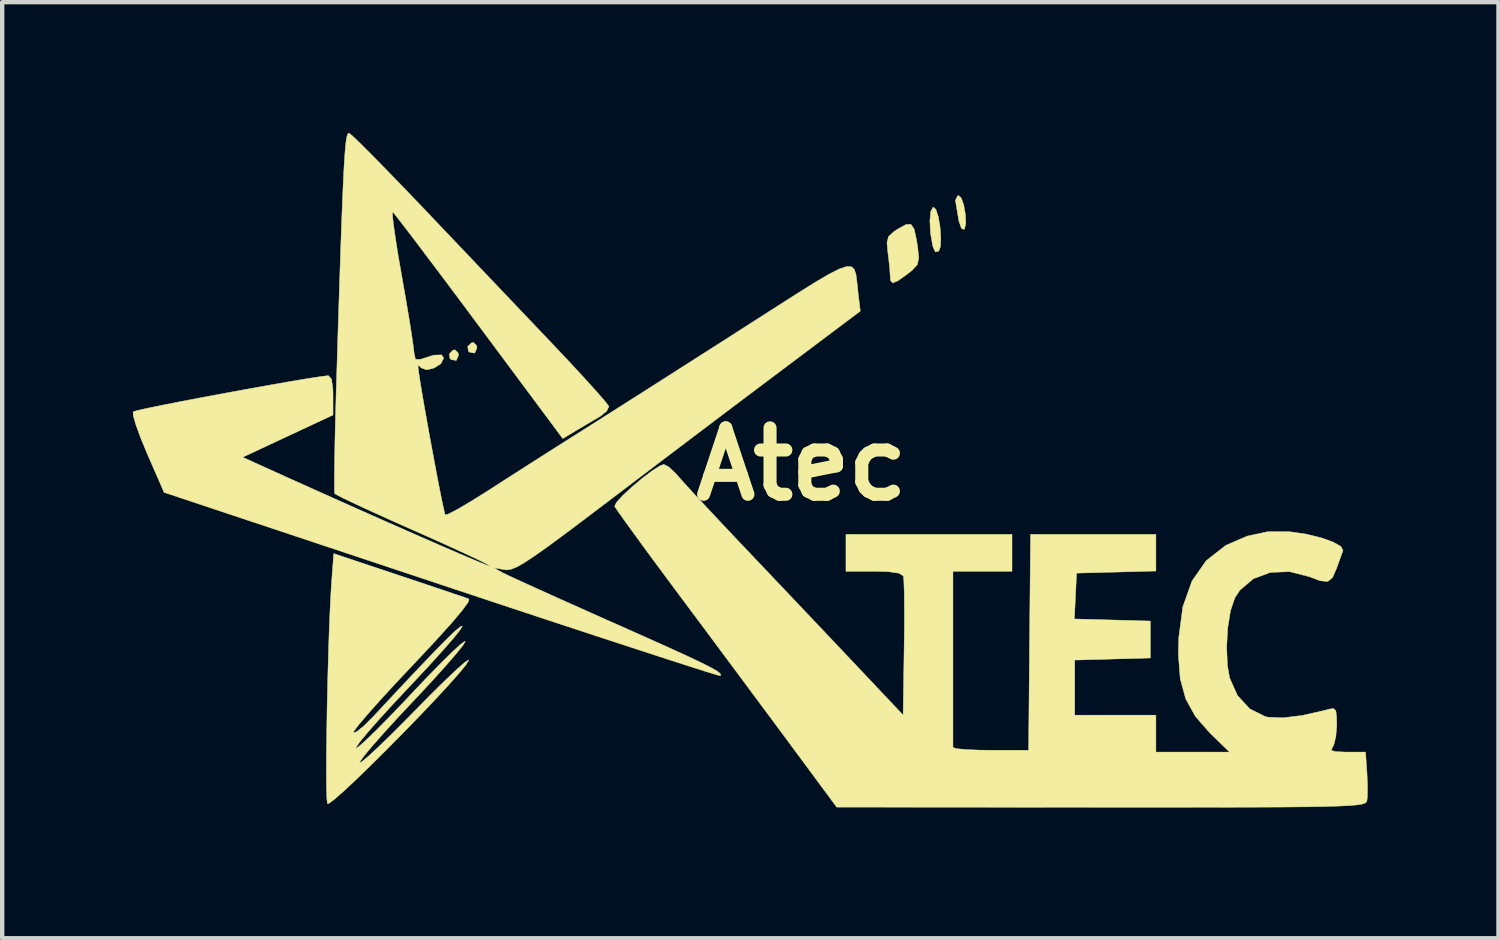
<source format=kicad_pcb>
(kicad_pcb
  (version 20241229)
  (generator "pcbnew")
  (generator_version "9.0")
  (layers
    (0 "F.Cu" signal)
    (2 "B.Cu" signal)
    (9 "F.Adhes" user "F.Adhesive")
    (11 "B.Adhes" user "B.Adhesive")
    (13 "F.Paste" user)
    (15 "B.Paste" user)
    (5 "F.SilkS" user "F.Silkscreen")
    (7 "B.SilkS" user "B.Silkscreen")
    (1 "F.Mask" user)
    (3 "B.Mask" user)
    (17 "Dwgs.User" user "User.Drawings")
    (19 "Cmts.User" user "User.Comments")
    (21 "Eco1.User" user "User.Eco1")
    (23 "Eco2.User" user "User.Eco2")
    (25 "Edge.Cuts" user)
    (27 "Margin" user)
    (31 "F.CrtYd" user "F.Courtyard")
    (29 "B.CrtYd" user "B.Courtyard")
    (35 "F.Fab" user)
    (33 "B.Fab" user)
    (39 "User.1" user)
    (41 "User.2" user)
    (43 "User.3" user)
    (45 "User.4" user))
  (footprint "Atec"
    (layer "F.Cu")
    (at 15.344 7.602)
    (property "Reference" "Atec" (at 0 0 0) (layer "F.SilkS") (effects (font (size 1.524 1.524) (thickness 0.3))))
    (attr through_hole)
    (fp_poly (pts (xy -7.883 -2.556) (xy -7.874 -2.498) (xy -7.926 -2.381) (xy -8.043 -2.402) (xy -8.069 -2.425) (xy -8.086 -2.53) (xy -8.001 -2.616) (xy -7.954 -2.625) (xy -7.883 -2.556)) (stroke (width 0.01) (type solid)) (fill yes) (layer "F.SilkS"))
    (fp_poly (pts (xy -7.46 -2.725) (xy -7.451 -2.667) (xy -7.503 -2.55) (xy -7.62 -2.571) (xy -7.646 -2.594) (xy -7.663 -2.7) (xy -7.577 -2.785) (xy -7.53 -2.794) (xy -7.46 -2.725)) (stroke (width 0.01) (type solid)) (fill yes) (layer "F.SilkS"))
    (fp_poly (pts (xy 3.08 -5.847) (xy 3.135 -5.678) (xy 3.175 -5.444) (xy 3.193 -5.199) (xy 3.184 -4.995) (xy 3.145 -4.889) (xy 3.064 -4.875) (xy 3.008 -5.004) (xy 2.957 -5.3) (xy 2.942 -5.581) (xy 2.961 -5.798) (xy 3.016 -5.9) (xy 3.017 -5.9) (xy 3.08 -5.847)) (stroke (width 0.01) (type solid)) (fill yes) (layer "F.SilkS"))
    (fp_poly (pts (xy 3.663 -6.109) (xy 3.72 -5.942) (xy 3.757 -5.728) (xy 3.766 -5.526) (xy 3.736 -5.396) (xy 3.73 -5.389) (xy 3.667 -5.408) (xy 3.61 -5.573) (xy 3.597 -5.64) (xy 3.558 -5.874) (xy 3.531 -6.037) (xy 3.528 -6.056) (xy 3.577 -6.157) (xy 3.598 -6.166) (xy 3.663 -6.109)) (stroke (width 0.01) (type solid)) (fill yes) (layer "F.SilkS"))
    (fp_poly (pts (xy 2.581 -5.395) (xy 2.635 -5.148) (xy 2.661 -4.982) (xy 2.687 -4.734) (xy 2.655 -4.582) (xy 2.539 -4.454) (xy 2.43 -4.368) (xy 2.21 -4.21) (xy 2.089 -4.16) (xy 2.039 -4.214) (xy 2.032 -4.306) (xy 2.021 -4.486) (xy 1.993 -4.747) (xy 1.98 -4.842) (xy 1.957 -5.082) (xy 1.993 -5.225) (xy 2.117 -5.338) (xy 2.212 -5.4) (xy 2.392 -5.5) (xy 2.507 -5.505) (xy 2.581 -5.395)) (stroke (width 0.01) (type solid)) (fill yes) (layer "F.SilkS"))
    (fp_poly (pts (xy -9.242 2.549) (xy -8.762 2.709) (xy -8.334 2.853) (xy -7.984 2.971) (xy -7.741 3.053) (xy -7.633 3.091) (xy -7.651 3.164) (xy -7.786 3.35) (xy -8.032 3.642) (xy -8.386 4.035) (xy -8.841 4.522) (xy -8.934 4.62) (xy -9.324 5.034) (xy -9.668 5.409) (xy -9.951 5.727) (xy -10.158 5.97) (xy -10.272 6.121) (xy -10.29 6.164) (xy -10.208 6.136) (xy -10.049 6.008) (xy -9.847 5.807) (xy -9.839 5.799) (xy -9.262 5.181) (xy -8.792 4.682) (xy -8.421 4.294) (xy -8.142 4.011) (xy -7.949 3.825) (xy -7.834 3.73) (xy -7.79 3.717) (xy -7.789 3.722) (xy -7.845 3.813) (xy -8.002 4.006) (xy -8.242 4.281) (xy -8.548 4.619) (xy -8.903 5) (xy -9.025 5.129) (xy -9.39 5.519) (xy -9.71 5.87) (xy -9.967 6.163) (xy -10.145 6.38) (xy -10.228 6.5) (xy -10.231 6.516) (xy -10.168 6.483) (xy -10.008 6.342) (xy -9.767 6.109) (xy -9.463 5.801) (xy -9.112 5.435) (xy -8.975 5.289) (xy -8.612 4.906) (xy -8.289 4.575) (xy -8.023 4.313) (xy -7.831 4.136) (xy -7.73 4.061) (xy -7.719 4.063) (xy -7.766 4.147) (xy -7.915 4.334) (xy -8.147 4.603) (xy -8.447 4.936) (xy -8.797 5.313) (xy -8.904 5.426) (xy -9.27 5.816) (xy -9.594 6.172) (xy -9.859 6.473) (xy -10.046 6.698) (xy -10.138 6.828) (xy -10.144 6.844) (xy -10.096 6.828) (xy -9.948 6.705) (xy -9.715 6.49) (xy -9.414 6.198) (xy -9.062 5.845) (xy -8.893 5.673) (xy -8.522 5.297) (xy -8.196 4.975) (xy -7.93 4.723) (xy -7.742 4.556) (xy -7.647 4.49) (xy -7.639 4.496) (xy -7.703 4.602) (xy -7.866 4.801) (xy -8.108 5.073) (xy -8.412 5.402) (xy -8.758 5.766) (xy -9.13 6.149) (xy -9.507 6.531) (xy -9.873 6.895) (xy -10.208 7.22) (xy -10.495 7.489) (xy -10.714 7.682) (xy -10.848 7.782) (xy -10.88 7.789) (xy -10.894 7.681) (xy -10.902 7.43) (xy -10.905 7.06) (xy -10.903 6.597) (xy -10.896 6.065) (xy -10.887 5.491) (xy -10.873 4.899) (xy -10.857 4.314) (xy -10.839 3.763) (xy -10.818 3.27) (xy -10.796 2.86) (xy -10.785 2.697) (xy -10.737 2.05) (xy -9.242 2.549)) (stroke (width 0.01) (type solid)) (fill yes) (layer "F.SilkS"))
    (fp_poly (pts (xy -3.05 0.061) (xy -2.891 0.21) (xy -2.834 0.275) (xy -2.709 0.416) (xy -2.488 0.658) (xy -2.19 0.978) (xy -1.837 1.355) (xy -1.449 1.766) (xy -1.277 1.947) (xy -0.798 2.451) (xy -0.27 3.008) (xy 0.266 3.574) (xy 0.768 4.104) (xy 1.19 4.55) (xy 2.328 5.756) (xy 2.351 4.214) (xy 2.357 3.715) (xy 2.357 3.271) (xy 2.353 2.912) (xy 2.344 2.665) (xy 2.333 2.564) (xy 2.235 2.5) (xy 1.993 2.465) (xy 1.654 2.455) (xy 1.016 2.455) (xy 1.016 1.609) (xy 4.826 1.609) (xy 4.826 2.455) (xy 3.471 2.455) (xy 3.471 6.498) (xy 3.55 6.525) (xy 3.763 6.546) (xy 4.074 6.559) (xy 4.339 6.562) (xy 5.207 6.562) (xy 5.229 4.085) (xy 5.252 1.609) (xy 8.128 1.609) (xy 8.128 2.45) (xy 7.218 2.474) (xy 6.308 2.498) (xy 6.257 3.55) (xy 7.129 3.574) (xy 8.001 3.598) (xy 8.001 4.445) (xy 7.133 4.469) (xy 6.265 4.493) (xy 6.265 5.757) (xy 8.128 5.757) (xy 8.128 6.604) (xy 9.818 6.604) (xy 9.361 6.16) (xy 9.033 5.784) (xy 8.812 5.384) (xy 8.686 4.923) (xy 8.643 4.364) (xy 8.652 3.981) (xy 8.746 3.27) (xy 8.955 2.681) (xy 9.282 2.213) (xy 9.729 1.862) (xy 10.221 1.649) (xy 10.691 1.548) (xy 11.187 1.548) (xy 11.216 1.551) (xy 11.577 1.603) (xy 11.913 1.685) (xy 12.19 1.783) (xy 12.371 1.885) (xy 12.421 1.978) (xy 12.42 1.98) (xy 12.371 2.116) (xy 12.292 2.335) (xy 12.272 2.392) (xy 12.18 2.601) (xy 12.071 2.69) (xy 11.899 2.674) (xy 11.655 2.582) (xy 11.197 2.464) (xy 10.755 2.482) (xy 10.362 2.628) (xy 10.053 2.891) (xy 9.939 3.065) (xy 9.839 3.361) (xy 9.775 3.76) (xy 9.751 4.201) (xy 9.769 4.622) (xy 9.819 4.903) (xy 9.999 5.306) (xy 10.281 5.612) (xy 10.634 5.788) (xy 10.703 5.804) (xy 11.038 5.818) (xy 11.484 5.764) (xy 12 5.647) (xy 12.086 5.623) (xy 12.199 5.603) (xy 12.256 5.655) (xy 12.275 5.814) (xy 12.277 5.985) (xy 12.257 6.249) (xy 12.207 6.448) (xy 12.175 6.502) (xy 12.15 6.563) (xy 12.247 6.594) (xy 12.487 6.604) (xy 12.506 6.604) (xy 12.938 6.604) (xy 12.971 7.091) (xy 12.983 7.385) (xy 12.98 7.626) (xy 12.969 7.726) (xy 12.954 7.754) (xy 12.918 7.779) (xy 12.849 7.8) (xy 12.735 7.817) (xy 12.564 7.832) (xy 12.325 7.843) (xy 12.006 7.853) (xy 11.596 7.86) (xy 11.083 7.865) (xy 10.457 7.868) (xy 9.704 7.87) (xy 8.814 7.871) (xy 7.775 7.871) (xy 6.869 7.871) (xy 0.804 7.867) (xy -0.211 6.495) (xy -0.543 6.046) (xy -0.951 5.498) (xy -1.406 4.884) (xy -1.884 4.242) (xy -2.357 3.606) (xy -2.739 3.094) (xy -3.122 2.579) (xy -3.472 2.106) (xy -3.775 1.692) (xy -4.02 1.354) (xy -4.194 1.11) (xy -4.283 0.979) (xy -4.291 0.963) (xy -4.247 0.872) (xy -4.101 0.713) (xy -3.891 0.519) (xy -3.654 0.319) (xy -3.426 0.147) (xy -3.244 0.032) (xy -3.161 0.003) (xy -3.05 0.061)) (stroke (width 0.01) (type solid)) (fill yes) (layer "F.SilkS"))
    (fp_poly (pts (xy -10.383 -7.596) (xy -10.302 -7.528) (xy -10.12 -7.354) (xy -9.854 -7.088) (xy -9.519 -6.746) (xy -9.13 -6.345) (xy -8.704 -5.9) (xy -8.636 -5.829) (xy -8.119 -5.285) (xy -7.56 -4.697) (xy -6.992 -4.1) (xy -6.451 -3.531) (xy -5.97 -3.025) (xy -5.715 -2.757) (xy -5.341 -2.361) (xy -5.009 -2.002) (xy -4.736 -1.701) (xy -4.538 -1.475) (xy -4.434 -1.345) (xy -4.423 -1.324) (xy -4.473 -1.22) (xy -4.624 -1.098) (xy -4.634 -1.092) (xy -4.866 -0.957) (xy -5.132 -0.799) (xy -5.175 -0.773) (xy -5.481 -0.589) (xy -7.402 -3.171) (xy -7.834 -3.751) (xy -8.235 -4.287) (xy -8.595 -4.764) (xy -8.9 -5.169) (xy -9.141 -5.484) (xy -9.305 -5.696) (xy -9.382 -5.789) (xy -9.385 -5.792) (xy -9.39 -5.725) (xy -9.368 -5.517) (xy -9.322 -5.193) (xy -9.256 -4.777) (xy -9.172 -4.296) (xy -9.171 -4.291) (xy -9.083 -3.788) (xy -9.006 -3.331) (xy -8.946 -2.952) (xy -8.907 -2.681) (xy -8.893 -2.552) (xy -8.861 -2.409) (xy -8.756 -2.404) (xy -8.755 -2.404) (xy -8.441 -2.504) (xy -8.262 -2.509) (xy -8.213 -2.436) (xy -8.279 -2.307) (xy -8.432 -2.208) (xy -8.605 -2.166) (xy -8.728 -2.211) (xy -8.733 -2.218) (xy -8.793 -2.272) (xy -8.803 -2.244) (xy -8.789 -2.117) (xy -8.749 -1.861) (xy -8.69 -1.508) (xy -8.616 -1.087) (xy -8.534 -0.63) (xy -8.448 -0.168) (xy -8.366 0.27) (xy -8.292 0.652) (xy -8.231 0.947) (xy -8.191 1.125) (xy -8.178 1.164) (xy -8.094 1.137) (xy -7.896 1.033) (xy -7.612 0.866) (xy -7.269 0.653) (xy -7.177 0.594) (xy -6.747 0.317) (xy -6.231 -0.013) (xy -5.686 -0.36) (xy -5.17 -0.687) (xy -5.038 -0.77) (xy -4.67 -1.003) (xy -4.189 -1.308) (xy -3.62 -1.67) (xy -2.994 -2.069) (xy -2.338 -2.488) (xy -1.679 -2.908) (xy -1.355 -3.116) (xy -0.68 -3.548) (xy -0.135 -3.897) (xy 0.294 -4.165) (xy 0.622 -4.359) (xy 0.863 -4.481) (xy 1.032 -4.537) (xy 1.142 -4.532) (xy 1.209 -4.468) (xy 1.246 -4.352) (xy 1.268 -4.187) (xy 1.29 -3.978) (xy 1.294 -3.937) (xy 1.345 -3.514) (xy -0.403 -2.201) (xy -0.942 -1.796) (xy -1.578 -1.317) (xy -2.273 -0.792) (xy -2.99 -0.25) (xy -3.69 0.281) (xy -4.336 0.771) (xy -4.357 0.787) (xy -4.968 1.25) (xy -5.46 1.62) (xy -5.849 1.906) (xy -6.149 2.117) (xy -6.374 2.265) (xy -6.541 2.359) (xy -6.664 2.408) (xy -6.757 2.424) (xy -6.816 2.419) (xy -7.07 2.375) (xy -6.858 2.491) (xy -6.729 2.554) (xy -6.466 2.675) (xy -6.091 2.846) (xy -5.624 3.057) (xy -5.088 3.297) (xy -4.504 3.558) (xy -4.318 3.64) (xy -3.616 3.953) (xy -3.055 4.205) (xy -2.621 4.403) (xy -2.3 4.555) (xy -2.077 4.668) (xy -1.938 4.748) (xy -1.87 4.803) (xy -1.858 4.839) (xy -1.868 4.853) (xy -1.952 4.831) (xy -2.185 4.76) (xy -2.554 4.643) (xy -3.047 4.484) (xy -3.651 4.287) (xy -4.356 4.057) (xy -5.148 3.797) (xy -6.016 3.511) (xy -6.946 3.203) (xy -7.928 2.877) (xy -8.267 2.764) (xy -14.629 0.646) (xy -15.018 -0.246) (xy -15.166 -0.604) (xy -15.276 -0.905) (xy -15.337 -1.117) (xy -15.339 -1.205) (xy -15.245 -1.233) (xy -15.012 -1.285) (xy -14.665 -1.356) (xy -14.231 -1.442) (xy -13.738 -1.536) (xy -13.212 -1.634) (xy -12.68 -1.731) (xy -12.169 -1.823) (xy -11.706 -1.904) (xy -11.317 -1.969) (xy -11.029 -2.013) (xy -10.869 -2.032) (xy -10.858 -2.032) (xy -10.788 -1.954) (xy -10.755 -1.718) (xy -10.753 -1.581) (xy -10.753 -1.13) (xy -11.79 -0.646) (xy -12.827 -0.161) (xy -12.446 0.012) (xy -11.679 0.359) (xy -10.922 0.699) (xy -10.192 1.025) (xy -9.505 1.33) (xy -8.875 1.608) (xy -8.319 1.851) (xy -7.852 2.053) (xy -7.49 2.207) (xy -7.248 2.306) (xy -7.143 2.342) (xy -7.14 2.342) (xy -7.204 2.3) (xy -7.402 2.2) (xy -7.714 2.053) (xy -8.117 1.868) (xy -8.591 1.655) (xy -8.891 1.522) (xy -9.401 1.295) (xy -9.858 1.088) (xy -10.239 0.912) (xy -10.521 0.777) (xy -10.683 0.694) (xy -10.713 0.673) (xy -10.72 0.577) (xy -10.721 0.332) (xy -10.717 -0.041) (xy -10.709 -0.519) (xy -10.696 -1.082) (xy -10.679 -1.71) (xy -10.67 -2.001) (xy -10.636 -3.123) (xy -10.605 -4.088) (xy -10.578 -4.906) (xy -10.554 -5.59) (xy -10.532 -6.15) (xy -10.512 -6.6) (xy -10.493 -6.948) (xy -10.474 -7.209) (xy -10.456 -7.393) (xy -10.436 -7.511) (xy -10.416 -7.575) (xy -10.394 -7.597) (xy -10.383 -7.596)) (stroke (width 0.01) (type solid)) (fill yes) (layer "F.SilkS")))
  (gr_rect
    (start -3 -3)
    (end 31.332 18.478)
    (stroke (width 0.1) (type default))
    (fill no)
    (layer "Edge.Cuts")))
</source>
